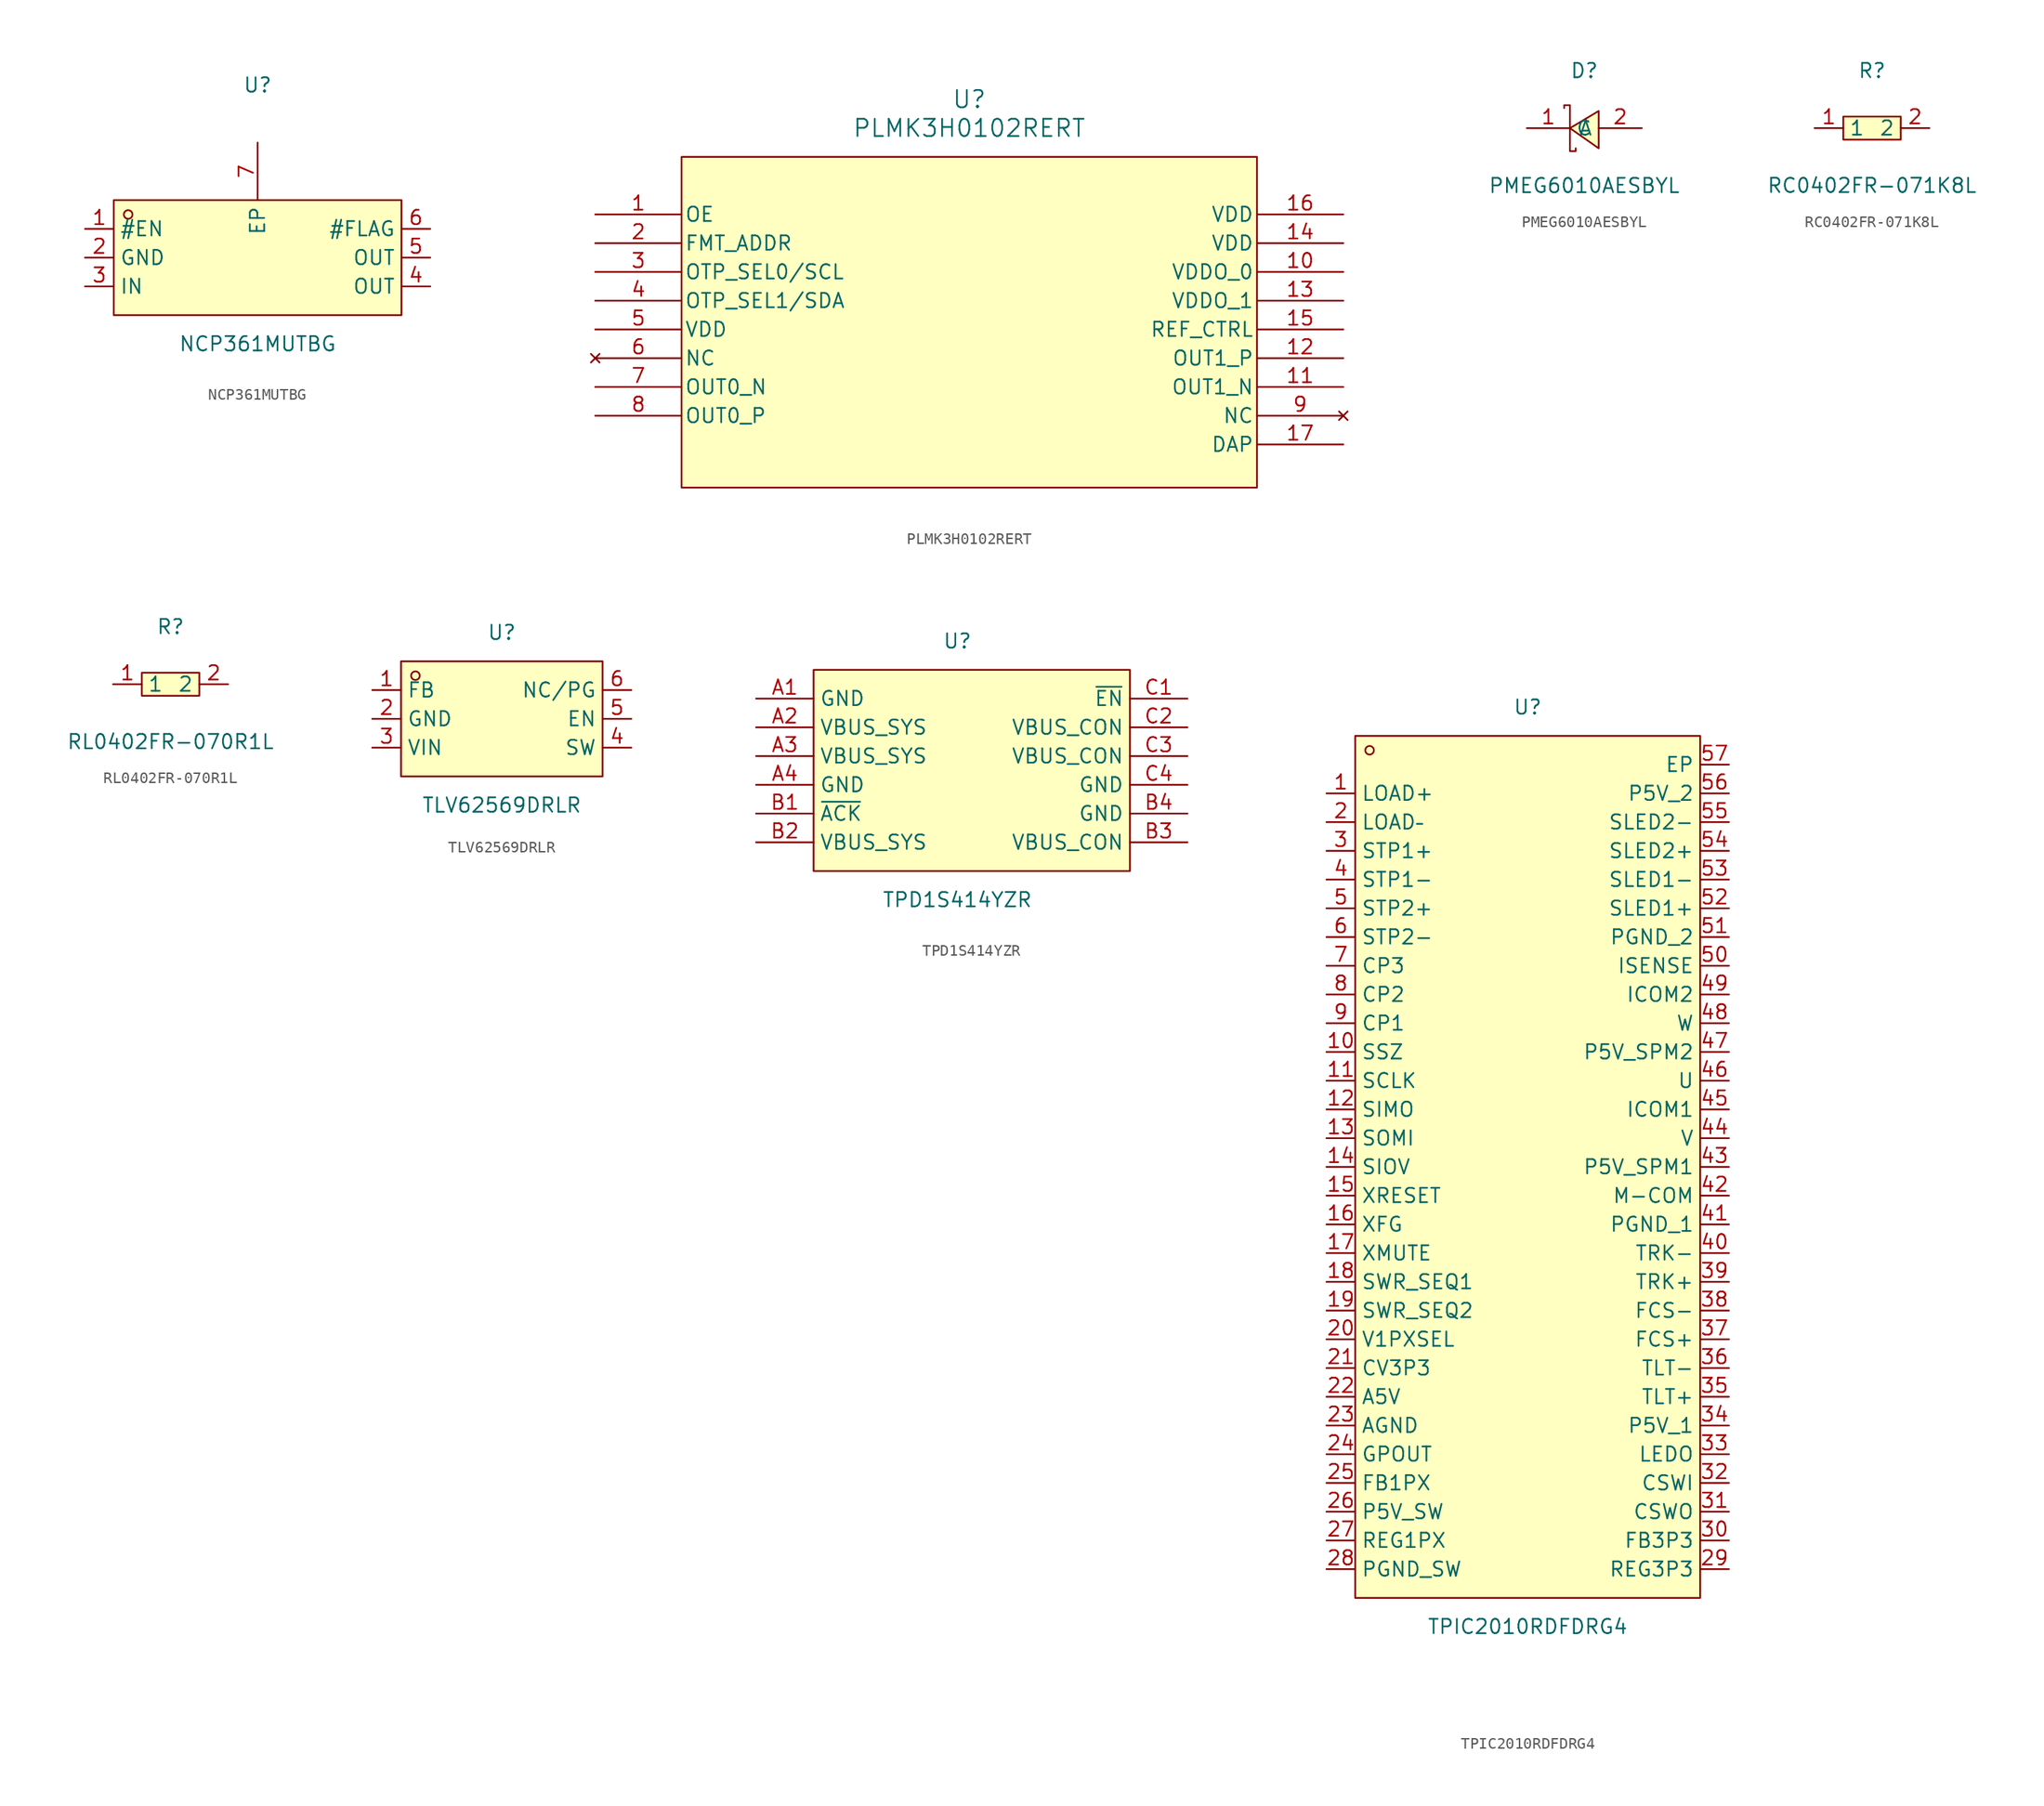
<source format=kicad_sym>
(kicad_symbol_lib
  (version 20241209)
  (generator "kicad_symbol_editor")
  (generator_version "9.0")
  (symbol "NCP361MUTBG"
    (property "Reference" "U"
      (at 0 15.24 0)
      (effects (font (size 1.27 1.27))))
    (property "Value" "NCP361MUTBG"
      (at 0 -7.62 0)
      (effects (font (size 1.27 1.27))))
    (symbol "NCP361MUTBG_0_1"
      (rectangle (start -12.7 5.08) (end 12.7 -5.08) (stroke (width 0) (type default)) (fill (type background)))
      (circle (center -11.43 3.81) (radius 0.38) (stroke (width 0) (type default)) (fill (type none)))
      (pin unspecified line (at -15.24 2.54 0) (length 2.54) (name "#EN" (effects (font (size 1.27 1.27)))) (number "1" (effects (font (size 1.27 1.27)))))
      (pin unspecified line (at -15.24 0 0) (length 2.54) (name "GND" (effects (font (size 1.27 1.27)))) (number "2" (effects (font (size 1.27 1.27)))))
      (pin unspecified line (at -15.24 -2.54 0) (length 2.54) (name "IN" (effects (font (size 1.27 1.27)))) (number "3" (effects (font (size 1.27 1.27)))))
      (pin unspecified line (at 0 10.16 270) (length 5.08) (name "EP" (effects (font (size 1.27 1.27)))) (number "7" (effects (font (size 1.27 1.27)))))
      (pin unspecified line (at 15.24 2.54 180) (length 2.54) (name "#FLAG" (effects (font (size 1.27 1.27)))) (number "6" (effects (font (size 1.27 1.27)))))
      (pin unspecified line (at 15.24 0 180) (length 2.54) (name "OUT" (effects (font (size 1.27 1.27)))) (number "5" (effects (font (size 1.27 1.27)))))
      (pin unspecified line (at 15.24 -2.54 180) (length 2.54) (name "OUT" (effects (font (size 1.27 1.27)))) (number "4" (effects (font (size 1.27 1.27)))))))
  (symbol "PLMK3H0102RERT"
    (pin_names
      (offset 0.254))
    (property "Reference" "U"
      (at 33.02 10.16 0)
      (effects (font (size 1.524 1.524))))
    (property "Value" "PLMK3H0102RERT"
      (at 33.02 7.62 0)
      (effects (font (size 1.524 1.524))))
    (property "ki_locked" ""
      (at 0 0 0)
      (effects (font (size 1.27 1.27))))
    (symbol "PLMK3H0102RERT_0_1"
      (pin input line (at 0 0 0) (length 7.62) (name "OE" (effects (font (size 1.27 1.27)))) (number "1" (effects (font (size 1.27 1.27)))))
      (pin input line (at 0 -2.54 0) (length 7.62) (name "FMT_ADDR" (effects (font (size 1.27 1.27)))) (number "2" (effects (font (size 1.27 1.27)))))
      (pin bidirectional line (at 0 -5.08 0) (length 7.62) (name "OTP_SEL0/SCL" (effects (font (size 1.27 1.27)))) (number "3" (effects (font (size 1.27 1.27)))))
      (pin bidirectional line (at 0 -7.62 0) (length 7.62) (name "OTP_SEL1/SDA" (effects (font (size 1.27 1.27)))) (number "4" (effects (font (size 1.27 1.27)))))
      (pin power_in line (at 0 -10.16 0) (length 7.62) (name "VDD" (effects (font (size 1.27 1.27)))) (number "5" (effects (font (size 1.27 1.27)))))
      (pin no_connect line (at 0 -12.7 0) (length 7.62) (name "NC" (effects (font (size 1.27 1.27)))) (number "6" (effects (font (size 1.27 1.27)))))
      (pin output line (at 0 -15.24 0) (length 7.62) (name "OUT0_N" (effects (font (size 1.27 1.27)))) (number "7" (effects (font (size 1.27 1.27)))))
      (pin output line (at 0 -17.78 0) (length 7.62) (name "OUT0_P" (effects (font (size 1.27 1.27)))) (number "8" (effects (font (size 1.27 1.27)))))
      (pin power_in line (at 66.04 0 180) (length 7.62) (name "VDD" (effects (font (size 1.27 1.27)))) (number "16" (effects (font (size 1.27 1.27)))))
      (pin power_in line (at 66.04 -2.54 180) (length 7.62) (name "VDD" (effects (font (size 1.27 1.27)))) (number "14" (effects (font (size 1.27 1.27)))))
      (pin power_in line (at 66.04 -5.08 180) (length 7.62) (name "VDDO_0" (effects (font (size 1.27 1.27)))) (number "10" (effects (font (size 1.27 1.27)))))
      (pin power_in line (at 66.04 -7.62 180) (length 7.62) (name "VDDO_1" (effects (font (size 1.27 1.27)))) (number "13" (effects (font (size 1.27 1.27)))))
      (pin bidirectional line (at 66.04 -10.16 180) (length 7.62) (name "REF_CTRL" (effects (font (size 1.27 1.27)))) (number "15" (effects (font (size 1.27 1.27)))))
      (pin output line (at 66.04 -12.7 180) (length 7.62) (name "OUT1_P" (effects (font (size 1.27 1.27)))) (number "12" (effects (font (size 1.27 1.27)))))
      (pin output line (at 66.04 -15.24 180) (length 7.62) (name "OUT1_N" (effects (font (size 1.27 1.27)))) (number "11" (effects (font (size 1.27 1.27)))))
      (pin no_connect line (at 66.04 -17.78 180) (length 7.62) (name "NC" (effects (font (size 1.27 1.27)))) (number "9" (effects (font (size 1.27 1.27)))))
      (pin power_out line (at 66.04 -20.32 180) (length 7.62) (name "DAP" (effects (font (size 1.27 1.27)))) (number "17" (effects (font (size 1.27 1.27))))))
    (symbol "PLMK3H0102RERT_1_1"
      (rectangle (start 7.62 5.08) (end 58.42 -24.13) (stroke (width 0) (type solid)) (fill (type color) (color 255 255 194 1)))))
  (symbol "PMEG6010AESBYL"
    (property "Reference" "D"
      (at 0 5.08 0)
      (effects (font (size 1.27 1.27))))
    (property "Value" "PMEG6010AESBYL"
      (at 0 -5.08 0)
      (effects (font (size 1.27 1.27))))
    (symbol "PMEG6010AESBYL_0_1"
      (polyline (pts (xy 1.27 1.52) (xy -1.27 -0.00) (xy 1.27 -1.78) (xy 1.27 1.52)) (stroke (width 0) (type default) (color 0 0 0 0)) (fill (type background)))
      (polyline (pts (xy -1.27 -0.00) (xy -1.27 -2.03) (xy -0.76 -2.03) (xy -0.76 -1.78)) (stroke (width 0) (type default) (color 0 0 0 0)) (fill (type none)))
      (polyline (pts (xy -1.27 -0.00) (xy -1.27 2.03) (xy -1.78 2.03) (xy -1.78 1.78)) (stroke (width 0) (type default) (color 0 0 0 0)) (fill (type none)))
      (pin unspecified line (at 5.08 -0.00 180) (length 3.81) (name "A" (effects (font (size 1.27 1.27)))) (number "2" (effects (font (size 1.27 1.27)))))
      (pin unspecified line (at -5.08 -0.00 0) (length 3.81) (name "C" (effects (font (size 1.27 1.27)))) (number "1" (effects (font (size 1.27 1.27)))))))
  (symbol "RC0402FR-071K8L"
    (property "Reference" "R"
      (at 0 5.08 0)
      (effects (font (size 1.27 1.27))))
    (property "Value" "RC0402FR-071K8L"
      (at 0 -5.08 0)
      (effects (font (size 1.27 1.27))))
    (symbol "RC0402FR-071K8L_0_1"
      (rectangle (start -2.54 1.02) (end 2.54 -1.02) (stroke (width 0) (type default)) (fill (type background)))
      (pin unspecified line (at -5.08 0 0) (length 2.54) (name "1" (effects (font (size 1.27 1.27)))) (number "1" (effects (font (size 1.27 1.27)))))
      (pin unspecified line (at 5.08 0 180) (length 2.54) (name "2" (effects (font (size 1.27 1.27)))) (number "2" (effects (font (size 1.27 1.27)))))))
  (symbol "RL0402FR-070R1L"
    (property "Reference" "R"
      (at 0 5.08 0)
      (effects (font (size 1.27 1.27))))
    (property "Value" "RL0402FR-070R1L"
      (at 0 -5.08 0)
      (effects (font (size 1.27 1.27))))
    (symbol "RL0402FR-070R1L_0_1"
      (rectangle (start -2.54 1.02) (end 2.54 -1.02) (stroke (width 0) (type default)) (fill (type background)))
      (pin input line (at -5.08 0 0) (length 2.54) (name "1" (effects (font (size 1.27 1.27)))) (number "1" (effects (font (size 1.27 1.27)))))
      (pin input line (at 5.08 0 180) (length 2.54) (name "2" (effects (font (size 1.27 1.27)))) (number "2" (effects (font (size 1.27 1.27)))))))
  (symbol "TLV62569DRLR"
    (property "Reference" "U"
      (at 0 7.62 0)
      (effects (font (size 1.27 1.27))))
    (property "Value" "TLV62569DRLR"
      (at 0 -7.62 0)
      (effects (font (size 1.27 1.27))))
    (symbol "TLV62569DRLR_0_1"
      (rectangle (start -8.89 5.08) (end 8.89 -5.08) (stroke (width 0) (type default)) (fill (type background)))
      (circle (center -7.62 3.81) (radius 0.38) (stroke (width 0) (type default)) (fill (type none)))
      (pin unspecified line (at -11.43 2.54 0) (length 2.54) (name "FB" (effects (font (size 1.27 1.27)))) (number "1" (effects (font (size 1.27 1.27)))))
      (pin unspecified line (at -11.43 0 0) (length 2.54) (name "GND" (effects (font (size 1.27 1.27)))) (number "2" (effects (font (size 1.27 1.27)))))
      (pin unspecified line (at -11.43 -2.54 0) (length 2.54) (name "VIN" (effects (font (size 1.27 1.27)))) (number "3" (effects (font (size 1.27 1.27)))))
      (pin unspecified line (at 11.43 2.54 180) (length 2.54) (name "NC/PG" (effects (font (size 1.27 1.27)))) (number "6" (effects (font (size 1.27 1.27)))))
      (pin unspecified line (at 11.43 0 180) (length 2.54) (name "EN" (effects (font (size 1.27 1.27)))) (number "5" (effects (font (size 1.27 1.27)))))
      (pin unspecified line (at 11.43 -2.54 180) (length 2.54) (name "SW" (effects (font (size 1.27 1.27)))) (number "4" (effects (font (size 1.27 1.27)))))))
  (symbol "TPD1S414YZR"
    (property "Reference" "U"
      (at 0 12.7 0)
      (effects (font (size 1.27 1.27))))
    (property "Value" "TPD1S414YZR"
      (at 0 -10.16 0)
      (effects (font (size 1.27 1.27))))
    (symbol "TPD1S414YZR_0_1"
      (rectangle (start -12.7 10.16) (end 15.24 -7.62) (stroke (width 0) (type default)) (fill (type background)))
      (pin unspecified line (at -17.78 7.62 0) (length 5.08) (name "GND" (effects (font (size 1.27 1.27)))) (number "A1" (effects (font (size 1.27 1.27)))))
      (pin unspecified line (at -17.78 5.08 0) (length 5.08) (name "VBUS_SYS" (effects (font (size 1.27 1.27)))) (number "A2" (effects (font (size 1.27 1.27)))))
      (pin unspecified line (at -17.78 0 0) (length 5.08) (name "GND" (effects (font (size 1.27 1.27)))) (number "A4" (effects (font (size 1.27 1.27)))))
      (pin unspecified line (at -17.78 -2.54 0) (length 5.08) (name "~{ACK}" (effects (font (size 1.27 1.27)))) (number "B1" (effects (font (size 1.27 1.27)))))
      (pin unspecified line (at -17.78 -5.08 0) (length 5.08) (name "VBUS_SYS" (effects (font (size 1.27 1.27)))) (number "B2" (effects (font (size 1.27 1.27)))))
      (pin unspecified line (at 20.32 7.62 180) (length 5.08) (name "~{EN}" (effects (font (size 1.27 1.27)))) (number "C1" (effects (font (size 1.27 1.27)))))
      (pin unspecified line (at 20.32 5.08 180) (length 5.08) (name "VBUS_CON" (effects (font (size 1.27 1.27)))) (number "C2" (effects (font (size 1.27 1.27)))))
      (pin unspecified line (at 20.32 0 180) (length 5.08) (name "GND" (effects (font (size 1.27 1.27)))) (number "C4" (effects (font (size 1.27 1.27)))))
      (pin unspecified line (at 20.32 -2.54 180) (length 5.08) (name "GND" (effects (font (size 1.27 1.27)))) (number "B4" (effects (font (size 1.27 1.27)))))
      (pin unspecified line (at 20.32 -5.08 180) (length 5.08) (name "VBUS_CON" (effects (font (size 1.27 1.27)))) (number "B3" (effects (font (size 1.27 1.27))))))
    (symbol "TPD1S414YZR_1_1"
      (pin unspecified line (at -17.78 2.54 0) (length 5.08) (name "VBUS_SYS" (effects (font (size 1.27 1.27)))) (number "A3" (effects (font (size 1.27 1.27)))))
      (pin unspecified line (at 20.32 2.54 180) (length 5.08) (name "VBUS_CON" (effects (font (size 1.27 1.27)))) (number "C3" (effects (font (size 1.27 1.27)))))))
  (symbol "TPIC2010RDFDRG4"
    (property "Reference" "U"
      (at 0 41.91 0)
      (effects (font (size 1.27 1.27))))
    (property "Value" "TPIC2010RDFDRG4"
      (at 0 -39.37 0)
      (effects (font (size 1.27 1.27))))
    (symbol "TPIC2010RDFDRG4_0_1"
      (rectangle (start -15.24 39.37) (end 15.24 -36.83) (stroke (width 0) (type default)) (fill (type background)))
      (circle (center -13.97 38.1) (radius 0.38) (stroke (width 0) (type default)) (fill (type none)))
      (pin unspecified line (at -17.78 34.29 0) (length 2.54) (name "LOAD+" (effects (font (size 1.27 1.27)))) (number "1" (effects (font (size 1.27 1.27)))))
      (pin unspecified line (at -17.78 31.75 0) (length 2.54) (name "LOAD–" (effects (font (size 1.27 1.27)))) (number "2" (effects (font (size 1.27 1.27)))))
      (pin unspecified line (at -17.78 29.21 0) (length 2.54) (name "STP1+" (effects (font (size 1.27 1.27)))) (number "3" (effects (font (size 1.27 1.27)))))
      (pin unspecified line (at -17.78 26.67 0) (length 2.54) (name "STP1-" (effects (font (size 1.27 1.27)))) (number "4" (effects (font (size 1.27 1.27)))))
      (pin unspecified line (at -17.78 24.13 0) (length 2.54) (name "STP2+" (effects (font (size 1.27 1.27)))) (number "5" (effects (font (size 1.27 1.27)))))
      (pin unspecified line (at -17.78 21.59 0) (length 2.54) (name "STP2-" (effects (font (size 1.27 1.27)))) (number "6" (effects (font (size 1.27 1.27)))))
      (pin unspecified line (at -17.78 19.05 0) (length 2.54) (name "CP3" (effects (font (size 1.27 1.27)))) (number "7" (effects (font (size 1.27 1.27)))))
      (pin unspecified line (at -17.78 16.51 0) (length 2.54) (name "CP2" (effects (font (size 1.27 1.27)))) (number "8" (effects (font (size 1.27 1.27)))))
      (pin unspecified line (at -17.78 13.97 0) (length 2.54) (name "CP1" (effects (font (size 1.27 1.27)))) (number "9" (effects (font (size 1.27 1.27)))))
      (pin unspecified line (at -17.78 11.43 0) (length 2.54) (name "SSZ" (effects (font (size 1.27 1.27)))) (number "10" (effects (font (size 1.27 1.27)))))
      (pin unspecified line (at -17.78 8.89 0) (length 2.54) (name "SCLK" (effects (font (size 1.27 1.27)))) (number "11" (effects (font (size 1.27 1.27)))))
      (pin unspecified line (at -17.78 6.35 0) (length 2.54) (name "SIMO" (effects (font (size 1.27 1.27)))) (number "12" (effects (font (size 1.27 1.27)))))
      (pin unspecified line (at -17.78 3.81 0) (length 2.54) (name "SOMI" (effects (font (size 1.27 1.27)))) (number "13" (effects (font (size 1.27 1.27)))))
      (pin unspecified line (at -17.78 1.27 0) (length 2.54) (name "SIOV" (effects (font (size 1.27 1.27)))) (number "14" (effects (font (size 1.27 1.27)))))
      (pin unspecified line (at -17.78 -1.27 0) (length 2.54) (name "XRESET" (effects (font (size 1.27 1.27)))) (number "15" (effects (font (size 1.27 1.27)))))
      (pin unspecified line (at -17.78 -3.81 0) (length 2.54) (name "XFG" (effects (font (size 1.27 1.27)))) (number "16" (effects (font (size 1.27 1.27)))))
      (pin unspecified line (at -17.78 -6.35 0) (length 2.54) (name "XMUTE" (effects (font (size 1.27 1.27)))) (number "17" (effects (font (size 1.27 1.27)))))
      (pin unspecified line (at -17.78 -8.89 0) (length 2.54) (name "SWR_SEQ1" (effects (font (size 1.27 1.27)))) (number "18" (effects (font (size 1.27 1.27)))))
      (pin unspecified line (at -17.78 -11.43 0) (length 2.54) (name "SWR_SEQ2" (effects (font (size 1.27 1.27)))) (number "19" (effects (font (size 1.27 1.27)))))
      (pin unspecified line (at -17.78 -13.97 0) (length 2.54) (name "V1PXSEL" (effects (font (size 1.27 1.27)))) (number "20" (effects (font (size 1.27 1.27)))))
      (pin unspecified line (at -17.78 -16.51 0) (length 2.54) (name "CV3P3" (effects (font (size 1.27 1.27)))) (number "21" (effects (font (size 1.27 1.27)))))
      (pin unspecified line (at -17.78 -19.05 0) (length 2.54) (name "A5V" (effects (font (size 1.27 1.27)))) (number "22" (effects (font (size 1.27 1.27)))))
      (pin unspecified line (at -17.78 -21.59 0) (length 2.54) (name "AGND" (effects (font (size 1.27 1.27)))) (number "23" (effects (font (size 1.27 1.27)))))
      (pin unspecified line (at -17.78 -24.13 0) (length 2.54) (name "GPOUT" (effects (font (size 1.27 1.27)))) (number "24" (effects (font (size 1.27 1.27)))))
      (pin unspecified line (at -17.78 -26.67 0) (length 2.54) (name "FB1PX" (effects (font (size 1.27 1.27)))) (number "25" (effects (font (size 1.27 1.27)))))
      (pin unspecified line (at -17.78 -29.21 0) (length 2.54) (name "P5V_SW" (effects (font (size 1.27 1.27)))) (number "26" (effects (font (size 1.27 1.27)))))
      (pin unspecified line (at -17.78 -31.75 0) (length 2.54) (name "REG1PX" (effects (font (size 1.27 1.27)))) (number "27" (effects (font (size 1.27 1.27)))))
      (pin unspecified line (at -17.78 -34.29 0) (length 2.54) (name "PGND_SW" (effects (font (size 1.27 1.27)))) (number "28" (effects (font (size 1.27 1.27)))))
      (pin unspecified line (at 17.78 36.83 180) (length 2.54) (name "EP" (effects (font (size 1.27 1.27)))) (number "57" (effects (font (size 1.27 1.27)))))
      (pin unspecified line (at 17.78 34.29 180) (length 2.54) (name "P5V_2" (effects (font (size 1.27 1.27)))) (number "56" (effects (font (size 1.27 1.27)))))
      (pin unspecified line (at 17.78 31.75 180) (length 2.54) (name "SLED2-" (effects (font (size 1.27 1.27)))) (number "55" (effects (font (size 1.27 1.27)))))
      (pin unspecified line (at 17.78 29.21 180) (length 2.54) (name "SLED2+" (effects (font (size 1.27 1.27)))) (number "54" (effects (font (size 1.27 1.27)))))
      (pin unspecified line (at 17.78 26.67 180) (length 2.54) (name "SLED1-" (effects (font (size 1.27 1.27)))) (number "53" (effects (font (size 1.27 1.27)))))
      (pin unspecified line (at 17.78 24.13 180) (length 2.54) (name "SLED1+" (effects (font (size 1.27 1.27)))) (number "52" (effects (font (size 1.27 1.27)))))
      (pin unspecified line (at 17.78 21.59 180) (length 2.54) (name "PGND_2" (effects (font (size 1.27 1.27)))) (number "51" (effects (font (size 1.27 1.27)))))
      (pin unspecified line (at 17.78 19.05 180) (length 2.54) (name "ISENSE" (effects (font (size 1.27 1.27)))) (number "50" (effects (font (size 1.27 1.27)))))
      (pin unspecified line (at 17.78 16.51 180) (length 2.54) (name "ICOM2" (effects (font (size 1.27 1.27)))) (number "49" (effects (font (size 1.27 1.27)))))
      (pin unspecified line (at 17.78 13.97 180) (length 2.54) (name "W" (effects (font (size 1.27 1.27)))) (number "48" (effects (font (size 1.27 1.27)))))
      (pin unspecified line (at 17.78 11.43 180) (length 2.54) (name "P5V_SPM2" (effects (font (size 1.27 1.27)))) (number "47" (effects (font (size 1.27 1.27)))))
      (pin unspecified line (at 17.78 8.89 180) (length 2.54) (name "U" (effects (font (size 1.27 1.27)))) (number "46" (effects (font (size 1.27 1.27)))))
      (pin unspecified line (at 17.78 6.35 180) (length 2.54) (name "ICOM1" (effects (font (size 1.27 1.27)))) (number "45" (effects (font (size 1.27 1.27)))))
      (pin unspecified line (at 17.78 3.81 180) (length 2.54) (name "V" (effects (font (size 1.27 1.27)))) (number "44" (effects (font (size 1.27 1.27)))))
      (pin unspecified line (at 17.78 1.27 180) (length 2.54) (name "P5V_SPM1" (effects (font (size 1.27 1.27)))) (number "43" (effects (font (size 1.27 1.27)))))
      (pin unspecified line (at 17.78 -1.27 180) (length 2.54) (name "M-COM" (effects (font (size 1.27 1.27)))) (number "42" (effects (font (size 1.27 1.27)))))
      (pin unspecified line (at 17.78 -3.81 180) (length 2.54) (name "PGND_1" (effects (font (size 1.27 1.27)))) (number "41" (effects (font (size 1.27 1.27)))))
      (pin unspecified line (at 17.78 -6.35 180) (length 2.54) (name "TRK-" (effects (font (size 1.27 1.27)))) (number "40" (effects (font (size 1.27 1.27)))))
      (pin unspecified line (at 17.78 -8.89 180) (length 2.54) (name "TRK+" (effects (font (size 1.27 1.27)))) (number "39" (effects (font (size 1.27 1.27)))))
      (pin unspecified line (at 17.78 -11.43 180) (length 2.54) (name "FCS-" (effects (font (size 1.27 1.27)))) (number "38" (effects (font (size 1.27 1.27)))))
      (pin unspecified line (at 17.78 -13.97 180) (length 2.54) (name "FCS+" (effects (font (size 1.27 1.27)))) (number "37" (effects (font (size 1.27 1.27)))))
      (pin unspecified line (at 17.78 -16.51 180) (length 2.54) (name "TLT-" (effects (font (size 1.27 1.27)))) (number "36" (effects (font (size 1.27 1.27)))))
      (pin unspecified line (at 17.78 -19.05 180) (length 2.54) (name "TLT+" (effects (font (size 1.27 1.27)))) (number "35" (effects (font (size 1.27 1.27)))))
      (pin unspecified line (at 17.78 -21.59 180) (length 2.54) (name "P5V_1" (effects (font (size 1.27 1.27)))) (number "34" (effects (font (size 1.27 1.27)))))
      (pin unspecified line (at 17.78 -24.13 180) (length 2.54) (name "LEDO" (effects (font (size 1.27 1.27)))) (number "33" (effects (font (size 1.27 1.27)))))
      (pin unspecified line (at 17.78 -26.67 180) (length 2.54) (name "CSWI" (effects (font (size 1.27 1.27)))) (number "32" (effects (font (size 1.27 1.27)))))
      (pin unspecified line (at 17.78 -29.21 180) (length 2.54) (name "CSWO" (effects (font (size 1.27 1.27)))) (number "31" (effects (font (size 1.27 1.27)))))
      (pin unspecified line (at 17.78 -31.75 180) (length 2.54) (name "FB3P3" (effects (font (size 1.27 1.27)))) (number "30" (effects (font (size 1.27 1.27)))))
      (pin unspecified line (at 17.78 -34.29 180) (length 2.54) (name "REG3P3" (effects (font (size 1.27 1.27)))) (number "29" (effects (font (size 1.27 1.27))))))))
</source>
